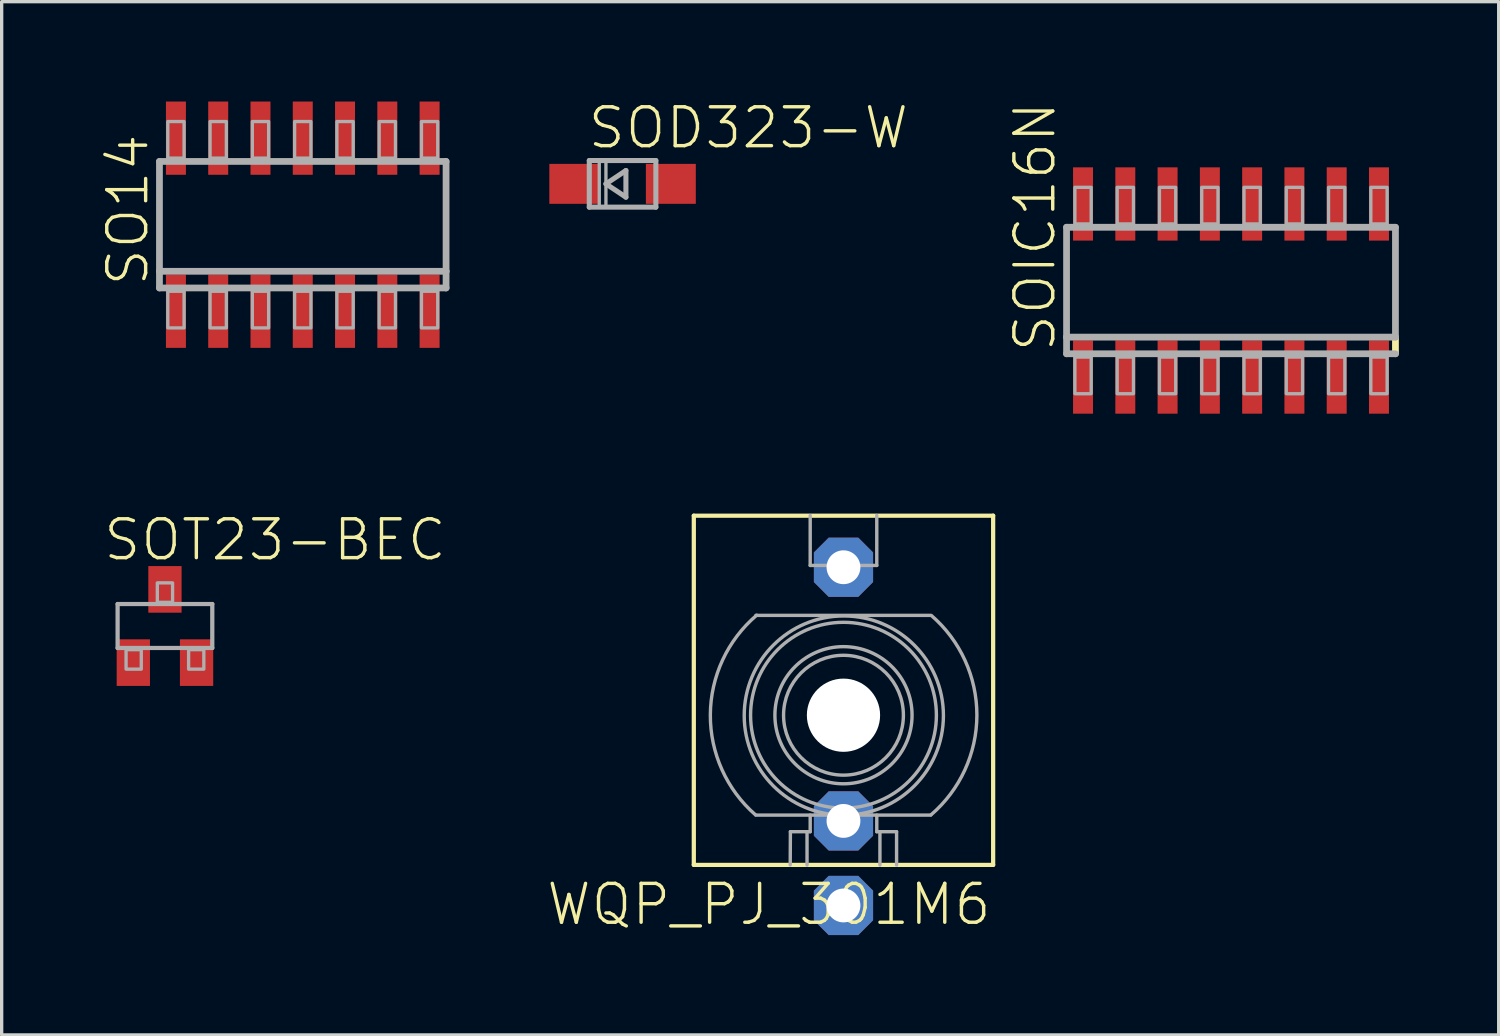
<source format=kicad_pcb>
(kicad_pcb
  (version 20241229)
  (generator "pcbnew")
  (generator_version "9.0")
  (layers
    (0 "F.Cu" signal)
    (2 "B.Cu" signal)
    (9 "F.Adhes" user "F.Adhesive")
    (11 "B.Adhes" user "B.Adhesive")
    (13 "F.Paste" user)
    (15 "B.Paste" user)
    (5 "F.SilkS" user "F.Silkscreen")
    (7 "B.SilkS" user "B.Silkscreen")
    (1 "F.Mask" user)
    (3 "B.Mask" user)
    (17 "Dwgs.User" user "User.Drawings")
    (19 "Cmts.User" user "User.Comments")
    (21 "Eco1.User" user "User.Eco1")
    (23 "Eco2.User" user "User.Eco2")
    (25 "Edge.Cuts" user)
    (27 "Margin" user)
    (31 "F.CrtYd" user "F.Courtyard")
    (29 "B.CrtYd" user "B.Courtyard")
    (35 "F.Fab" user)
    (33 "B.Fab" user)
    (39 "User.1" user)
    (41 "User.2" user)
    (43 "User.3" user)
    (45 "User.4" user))
  (footprint "SOD323-W"
    (layer "F.Cu")
    (at 15.652 2.473)
    (property "Reference" "SOD323-W" (at -1.1 -1 0) (layer "F.SilkS") (effects (font (size 1.168 1.168) (thickness 0.102)) (justify left bottom)))
    (fp_line (start -1 -0.7) (end 1 -0.7) (stroke (width 0.152) (type solid)) (layer "F.Fab"))
    (fp_line (start -1 0.7) (end -1 -0.7) (stroke (width 0.152) (type solid)) (layer "F.Fab"))
    (fp_line (start -0.5 0) (end 0.1 -0.4) (stroke (width 0.152) (type solid)) (layer "F.Fab"))
    (fp_line (start 0.1 -0.4) (end 0.1 0.4) (stroke (width 0.152) (type solid)) (layer "F.Fab"))
    (fp_line (start 0.1 0.4) (end -0.5 0) (stroke (width 0.152) (type solid)) (layer "F.Fab"))
    (fp_line (start 1 -0.7) (end 1 0.7) (stroke (width 0.152) (type solid)) (layer "F.Fab"))
    (fp_line (start 1 0.7) (end -1 0.7) (stroke (width 0.152) (type solid)) (layer "F.Fab"))
    (fp_poly (pts (xy -0.7 0.7) (xy -0.5 0.7) (xy -0.5 -0.7) (xy -0.7 -0.7)) (stroke (width 0.1) (type solid)) (fill no) (layer "F.Fab"))
    (pad "A" smd rect (at 1.45 0) (size 1.5 1.2) (layers "F.Cu" "F.Mask" "F.Paste"))
    (pad "C" smd rect (at -1.45 0) (size 1.5 1.2) (layers "F.Cu" "F.Mask" "F.Paste")))
  (footprint "SO14"
    (layer "F.Cu")
    (at 6.045 3.7)
    (property "Reference" "SO14" (at -4.572 1.905 90) (layer "F.SilkS") (effects (font (size 1.168 1.168) (thickness 0.102)) (justify left bottom)))
    (fp_line (start -4.305 -1.9) (end 4.305 -1.9) (stroke (width 0.203) (type solid)) (layer "F.Fab"))
    (fp_line (start -4.305 1.4) (end -4.305 -1.9) (stroke (width 0.203) (type solid)) (layer "F.Fab"))
    (fp_line (start -4.305 1.9) (end -4.305 1.4) (stroke (width 0.203) (type solid)) (layer "F.Fab"))
    (fp_line (start 4.305 -1.9) (end 4.305 1.4) (stroke (width 0.203) (type solid)) (layer "F.Fab"))
    (fp_line (start 4.305 1.4) (end -4.305 1.4) (stroke (width 0.203) (type solid)) (layer "F.Fab"))
    (fp_line (start 4.305 1.4) (end 4.305 1.9) (stroke (width 0.203) (type solid)) (layer "F.Fab"))
    (fp_line (start 4.305 1.9) (end -4.305 1.9) (stroke (width 0.203) (type solid)) (layer "F.Fab"))
    (fp_poly (pts (xy -4.055 -2) (xy -3.565 -2) (xy -3.565 -3.1) (xy -4.055 -3.1)) (stroke (width 0.1) (type solid)) (fill no) (layer "F.Fab"))
    (fp_poly (pts (xy -4.055 3.1) (xy -3.565 3.1) (xy -3.565 2) (xy -4.055 2)) (stroke (width 0.1) (type solid)) (fill no) (layer "F.Fab"))
    (fp_poly (pts (xy -2.785 -2) (xy -2.295 -2) (xy -2.295 -3.1) (xy -2.785 -3.1)) (stroke (width 0.1) (type solid)) (fill no) (layer "F.Fab"))
    (fp_poly (pts (xy -2.785 3.1) (xy -2.295 3.1) (xy -2.295 2) (xy -2.785 2)) (stroke (width 0.1) (type solid)) (fill no) (layer "F.Fab"))
    (fp_poly (pts (xy -1.515 -2) (xy -1.025 -2) (xy -1.025 -3.1) (xy -1.515 -3.1)) (stroke (width 0.1) (type solid)) (fill no) (layer "F.Fab"))
    (fp_poly (pts (xy -1.515 3.1) (xy -1.025 3.1) (xy -1.025 2) (xy -1.515 2)) (stroke (width 0.1) (type solid)) (fill no) (layer "F.Fab"))
    (fp_poly (pts (xy -0.245 -2) (xy 0.245 -2) (xy 0.245 -3.1) (xy -0.245 -3.1)) (stroke (width 0.1) (type solid)) (fill no) (layer "F.Fab"))
    (fp_poly (pts (xy -0.245 3.1) (xy 0.245 3.1) (xy 0.245 2) (xy -0.245 2)) (stroke (width 0.1) (type solid)) (fill no) (layer "F.Fab"))
    (fp_poly (pts (xy 1.025 -2) (xy 1.515 -2) (xy 1.515 -3.1) (xy 1.025 -3.1)) (stroke (width 0.1) (type solid)) (fill no) (layer "F.Fab"))
    (fp_poly (pts (xy 1.025 3.1) (xy 1.515 3.1) (xy 1.515 2) (xy 1.025 2)) (stroke (width 0.1) (type solid)) (fill no) (layer "F.Fab"))
    (fp_poly (pts (xy 2.295 -2) (xy 2.785 -2) (xy 2.785 -3.1) (xy 2.295 -3.1)) (stroke (width 0.1) (type solid)) (fill no) (layer "F.Fab"))
    (fp_poly (pts (xy 2.295 3.1) (xy 2.785 3.1) (xy 2.785 2) (xy 2.295 2)) (stroke (width 0.1) (type solid)) (fill no) (layer "F.Fab"))
    (fp_poly (pts (xy 3.565 -2) (xy 4.055 -2) (xy 4.055 -3.1) (xy 3.565 -3.1)) (stroke (width 0.1) (type solid)) (fill no) (layer "F.Fab"))
    (fp_poly (pts (xy 3.565 3.1) (xy 4.055 3.1) (xy 4.055 2) (xy 3.565 2)) (stroke (width 0.1) (type solid)) (fill no) (layer "F.Fab"))
    (pad "1" smd rect (at -3.81 2.6) (size 0.6 2.2) (layers "F.Cu" "F.Mask" "F.Paste"))
    (pad "2" smd rect (at -2.54 2.6) (size 0.6 2.2) (layers "F.Cu" "F.Mask" "F.Paste"))
    (pad "3" smd rect (at -1.27 2.6) (size 0.6 2.2) (layers "F.Cu" "F.Mask" "F.Paste"))
    (pad "4" smd rect (at 0 2.6) (size 0.6 2.2) (layers "F.Cu" "F.Mask" "F.Paste"))
    (pad "5" smd rect (at 1.27 2.6) (size 0.6 2.2) (layers "F.Cu" "F.Mask" "F.Paste"))
    (pad "6" smd rect (at 2.54 2.6) (size 0.6 2.2) (layers "F.Cu" "F.Mask" "F.Paste"))
    (pad "7" smd rect (at 3.81 2.6) (size 0.6 2.2) (layers "F.Cu" "F.Mask" "F.Paste"))
    (pad "8" smd rect (at 3.81 -2.6) (size 0.6 2.2) (layers "F.Cu" "F.Mask" "F.Paste"))
    (pad "9" smd rect (at 2.54 -2.6) (size 0.6 2.2) (layers "F.Cu" "F.Mask" "F.Paste"))
    (pad "10" smd rect (at 1.27 -2.6) (size 0.6 2.2) (layers "F.Cu" "F.Mask" "F.Paste"))
    (pad "11" smd rect (at 0 -2.6) (size 0.6 2.2) (layers "F.Cu" "F.Mask" "F.Paste"))
    (pad "12" smd rect (at -1.27 -2.6) (size 0.6 2.2) (layers "F.Cu" "F.Mask" "F.Paste"))
    (pad "13" smd rect (at -2.54 -2.6) (size 0.6 2.2) (layers "F.Cu" "F.Mask" "F.Paste"))
    (pad "14" smd rect (at -3.81 -2.6) (size 0.6 2.2) (layers "F.Cu" "F.Mask" "F.Paste")))
  (footprint "SOIC16N"
    (layer "F.Cu")
    (at 33.929 5.677)
    (property "Reference" "SOIC16N" (at -5.207 1.905 90) (layer "F.SilkS") (effects (font (size 1.168 1.168) (thickness 0.102)) (justify left bottom)))
    (fp_line (start 4.94 1.4) (end 4.94 1.9) (stroke (width 0.203) (type solid)) (layer "F.SilkS"))
    (fp_line (start -4.94 -1.9) (end 4.94 -1.9) (stroke (width 0.203) (type solid)) (layer "F.Fab"))
    (fp_line (start -4.94 1.4) (end -4.94 -1.9) (stroke (width 0.203) (type solid)) (layer "F.Fab"))
    (fp_line (start -4.94 1.9) (end -4.94 1.4) (stroke (width 0.203) (type solid)) (layer "F.Fab"))
    (fp_line (start 4.94 -1.9) (end 4.94 1.4) (stroke (width 0.203) (type solid)) (layer "F.Fab"))
    (fp_line (start 4.94 1.4) (end -4.94 1.4) (stroke (width 0.203) (type solid)) (layer "F.Fab"))
    (fp_line (start 4.94 1.9) (end -4.94 1.9) (stroke (width 0.203) (type solid)) (layer "F.Fab"))
    (fp_poly (pts (xy -4.69 -2) (xy -4.2 -2) (xy -4.2 -3.1) (xy -4.69 -3.1)) (stroke (width 0.1) (type solid)) (fill no) (layer "F.Fab"))
    (fp_poly (pts (xy -4.69 3.1) (xy -4.2 3.1) (xy -4.2 2) (xy -4.69 2)) (stroke (width 0.1) (type solid)) (fill no) (layer "F.Fab"))
    (fp_poly (pts (xy -3.42 -2) (xy -2.93 -2) (xy -2.93 -3.1) (xy -3.42 -3.1)) (stroke (width 0.1) (type solid)) (fill no) (layer "F.Fab"))
    (fp_poly (pts (xy -3.42 3.1) (xy -2.93 3.1) (xy -2.93 2) (xy -3.42 2)) (stroke (width 0.1) (type solid)) (fill no) (layer "F.Fab"))
    (fp_poly (pts (xy -2.15 -2) (xy -1.66 -2) (xy -1.66 -3.1) (xy -2.15 -3.1)) (stroke (width 0.1) (type solid)) (fill no) (layer "F.Fab"))
    (fp_poly (pts (xy -2.15 3.1) (xy -1.66 3.1) (xy -1.66 2) (xy -2.15 2)) (stroke (width 0.1) (type solid)) (fill no) (layer "F.Fab"))
    (fp_poly (pts (xy -0.88 -2) (xy -0.39 -2) (xy -0.39 -3.1) (xy -0.88 -3.1)) (stroke (width 0.1) (type solid)) (fill no) (layer "F.Fab"))
    (fp_poly (pts (xy -0.88 3.1) (xy -0.39 3.1) (xy -0.39 2) (xy -0.88 2)) (stroke (width 0.1) (type solid)) (fill no) (layer "F.Fab"))
    (fp_poly (pts (xy 0.39 -2) (xy 0.88 -2) (xy 0.88 -3.1) (xy 0.39 -3.1)) (stroke (width 0.1) (type solid)) (fill no) (layer "F.Fab"))
    (fp_poly (pts (xy 0.39 3.1) (xy 0.88 3.1) (xy 0.88 2) (xy 0.39 2)) (stroke (width 0.1) (type solid)) (fill no) (layer "F.Fab"))
    (fp_poly (pts (xy 1.66 -2) (xy 2.15 -2) (xy 2.15 -3.1) (xy 1.66 -3.1)) (stroke (width 0.1) (type solid)) (fill no) (layer "F.Fab"))
    (fp_poly (pts (xy 1.66 3.1) (xy 2.15 3.1) (xy 2.15 2) (xy 1.66 2)) (stroke (width 0.1) (type solid)) (fill no) (layer "F.Fab"))
    (fp_poly (pts (xy 2.93 -2) (xy 3.42 -2) (xy 3.42 -3.1) (xy 2.93 -3.1)) (stroke (width 0.1) (type solid)) (fill no) (layer "F.Fab"))
    (fp_poly (pts (xy 2.93 3.1) (xy 3.42 3.1) (xy 3.42 2) (xy 2.93 2)) (stroke (width 0.1) (type solid)) (fill no) (layer "F.Fab"))
    (fp_poly (pts (xy 4.2 -2) (xy 4.69 -2) (xy 4.69 -3.1) (xy 4.2 -3.1)) (stroke (width 0.1) (type solid)) (fill no) (layer "F.Fab"))
    (fp_poly (pts (xy 4.2 3.1) (xy 4.69 3.1) (xy 4.69 2) (xy 4.2 2)) (stroke (width 0.1) (type solid)) (fill no) (layer "F.Fab"))
    (pad "1" smd rect (at -4.445 2.6) (size 0.6 2.2) (layers "F.Cu" "F.Mask" "F.Paste"))
    (pad "2" smd rect (at -3.175 2.6) (size 0.6 2.2) (layers "F.Cu" "F.Mask" "F.Paste"))
    (pad "3" smd rect (at -1.905 2.6) (size 0.6 2.2) (layers "F.Cu" "F.Mask" "F.Paste"))
    (pad "4" smd rect (at -0.635 2.6) (size 0.6 2.2) (layers "F.Cu" "F.Mask" "F.Paste"))
    (pad "5" smd rect (at 0.635 2.6) (size 0.6 2.2) (layers "F.Cu" "F.Mask" "F.Paste"))
    (pad "6" smd rect (at 1.905 2.6) (size 0.6 2.2) (layers "F.Cu" "F.Mask" "F.Paste"))
    (pad "7" smd rect (at 3.175 2.6) (size 0.6 2.2) (layers "F.Cu" "F.Mask" "F.Paste"))
    (pad "8" smd rect (at 4.445 2.6) (size 0.6 2.2) (layers "F.Cu" "F.Mask" "F.Paste"))
    (pad "9" smd rect (at 4.445 -2.6) (size 0.6 2.2) (layers "F.Cu" "F.Mask" "F.Paste"))
    (pad "10" smd rect (at 3.175 -2.6) (size 0.6 2.2) (layers "F.Cu" "F.Mask" "F.Paste"))
    (pad "11" smd rect (at 1.905 -2.6) (size 0.6 2.2) (layers "F.Cu" "F.Mask" "F.Paste"))
    (pad "12" smd rect (at 0.635 -2.6) (size 0.6 2.2) (layers "F.Cu" "F.Mask" "F.Paste"))
    (pad "13" smd rect (at -0.635 -2.6) (size 0.6 2.2) (layers "F.Cu" "F.Mask" "F.Paste"))
    (pad "14" smd rect (at -1.905 -2.6) (size 0.6 2.2) (layers "F.Cu" "F.Mask" "F.Paste"))
    (pad "15" smd rect (at -3.175 -2.6) (size 0.6 2.2) (layers "F.Cu" "F.Mask" "F.Paste"))
    (pad "16" smd rect (at -4.445 -2.6) (size 0.6 2.2) (layers "F.Cu" "F.Mask" "F.Paste")))
  (footprint "WQP_PJ_301M6"
    (layer "F.Cu")
    (at 22.288 18.435)
    (property "Reference" "WQP_PJ_301M6" (at 4.5 5 0) (layer "F.SilkS") (effects (font (size 1.168 1.168) (thickness 0.102)) (justify right top)))
    (fp_line (start -4.496 -5.994) (end 4.496 -5.994) (stroke (width 0.127) (type solid)) (layer "F.SilkS"))
    (fp_line (start -4.496 4.496) (end -4.496 -5.994) (stroke (width 0.127) (type solid)) (layer "F.SilkS"))
    (fp_line (start 4.496 -5.994) (end 4.496 4.496) (stroke (width 0.127) (type solid)) (layer "F.SilkS"))
    (fp_line (start 4.496 4.496) (end -4.496 4.496) (stroke (width 0.127) (type solid)) (layer "F.SilkS"))
    (fp_line (start -2.631 -3) (end 2.62 -3) (stroke (width 0.102) (type solid)) (layer "F.Fab"))
    (fp_line (start -2.631 3) (end 2.62 3) (stroke (width 0.102) (type solid)) (layer "F.Fab"))
    (fp_line (start -1.6 4.496) (end -1.595 3.5) (stroke (width 0.102) (type solid)) (layer "F.Fab"))
    (fp_line (start -1.595 3.5) (end -1.095 3.5) (stroke (width 0.102) (type solid)) (layer "F.Fab"))
    (fp_line (start -1.095 3.5) (end -1.095 4.5) (stroke (width 0.102) (type solid)) (layer "F.Fab"))
    (fp_line (start -1.095 3.5) (end -1 3.5) (stroke (width 0.102) (type solid)) (layer "F.Fab"))
    (fp_line (start -1 -4.5) (end -1 -6) (stroke (width 0.102) (type solid)) (layer "F.Fab"))
    (fp_line (start -1 0) (end 1 0) (stroke (width 0.102) (type solid)) (layer "F.Fab"))
    (fp_line (start -1 3.5) (end -1 3) (stroke (width 0.102) (type solid)) (layer "F.Fab"))
    (fp_line (start 0 -1) (end 0 1) (stroke (width 0.102) (type solid)) (layer "F.Fab"))
    (fp_line (start 1 -6) (end 1 -4.5) (stroke (width 0.102) (type solid)) (layer "F.Fab"))
    (fp_line (start 1 -4.5) (end -1 -4.5) (stroke (width 0.102) (type solid)) (layer "F.Fab"))
    (fp_line (start 1 3) (end 1 3.5) (stroke (width 0.102) (type solid)) (layer "F.Fab"))
    (fp_line (start 1 3.5) (end 1.095 3.5) (stroke (width 0.102) (type solid)) (layer "F.Fab"))
    (fp_line (start 1.095 3.5) (end 1.095 4.5) (stroke (width 0.102) (type solid)) (layer "F.Fab"))
    (fp_line (start 1.095 3.5) (end 1.595 3.5) (stroke (width 0.102) (type solid)) (layer "F.Fab"))
    (fp_line (start 1.595 3.5) (end 1.595 4.5) (stroke (width 0.102) (type solid)) (layer "F.Fab"))
    (fp_arc (start -2.641998 2.994) (mid -3.999529 -0.012791) (end -2.608 -3.004) (stroke (width 0.1016) (type solid)) (layer "F.Fab"))
    (fp_arc (start 2.642 -2.994) (mid 4.007235 0.003208) (end 2.628 2.994) (stroke (width 0.1016) (type solid)) (layer "F.Fab"))
    (fp_circle (center 0 0) (end 1.8 0) (stroke (width 0.102) (type solid)) (fill no) (layer "F.Fab"))
    (fp_circle (center 0 0) (end 2.06 0) (stroke (width 0.102) (type solid)) (fill no) (layer "F.Fab"))
    (fp_circle (center 0 0) (end 2.791 0) (stroke (width 0.102) (type solid)) (fill no) (layer "F.Fab"))
    (fp_circle (center 0.01 0.01) (end 3.002 0.01) (stroke (width 0.102) (type solid)) (fill no) (layer "F.Fab"))
    (pad "" np_thru_hole circle (at 0 0) (size 2.2 2.2) (drill 2.2) (layers "*.Cu" "*.Mask"))
    (pad "P1" thru_hole roundrect (at 0 5.715) (size 1.778 1.778) (drill 1.016) (layers "*.Cu" "*.Mask") (roundrect_rratio 0.25) (chamfer_ratio 0.25) (chamfer top_left top_right bottom_left bottom_right))
    (pad "P2" thru_hole roundrect (at 0 3.175) (size 1.778 1.778) (drill 1.016) (layers "*.Cu" "*.Mask") (roundrect_rratio 0.25) (chamfer_ratio 0.25) (chamfer top_left top_right bottom_left bottom_right))
    (pad "P3" thru_hole roundrect (at 0 -4.445) (size 1.778 1.778) (drill 1.016) (layers "*.Cu" "*.Mask") (roundrect_rratio 0.25) (chamfer_ratio 0.25) (chamfer top_left top_right bottom_left bottom_right)))
  (footprint "SOT23-BEC"
    (layer "F.Cu")
    (at 1.905 15.755)
    (property "Reference" "SOT23-BEC" (at -1.905 -1.905 0) (layer "F.SilkS") (effects (font (size 1.168 1.168) (thickness 0.102)) (justify left bottom)))
    (fp_line (start -1.422 -0.66) (end 1.422 -0.66) (stroke (width 0.127) (type solid)) (layer "F.Fab"))
    (fp_line (start -1.422 0.66) (end -1.422 -0.66) (stroke (width 0.127) (type solid)) (layer "F.Fab"))
    (fp_line (start 1.422 -0.66) (end 1.422 0.66) (stroke (width 0.127) (type solid)) (layer "F.Fab"))
    (fp_line (start 1.422 0.66) (end -1.422 0.66) (stroke (width 0.127) (type solid)) (layer "F.Fab"))
    (fp_poly (pts (xy -1.168 1.295) (xy -0.711 1.295) (xy -0.711 0.711) (xy -1.168 0.711)) (stroke (width 0.1) (type solid)) (fill no) (layer "F.Fab"))
    (fp_poly (pts (xy -0.229 -0.711) (xy 0.229 -0.711) (xy 0.229 -1.295) (xy -0.229 -1.295)) (stroke (width 0.1) (type solid)) (fill no) (layer "F.Fab"))
    (fp_poly (pts (xy 0.711 1.295) (xy 1.168 1.295) (xy 1.168 0.711) (xy 0.711 0.711)) (stroke (width 0.1) (type solid)) (fill no) (layer "F.Fab"))
    (pad "B" smd rect (at -0.95 1.1) (size 1 1.4) (layers "F.Cu" "F.Mask" "F.Paste"))
    (pad "C" smd rect (at 0 -1.1) (size 1 1.4) (layers "F.Cu" "F.Mask" "F.Paste"))
    (pad "E" smd rect (at 0.95 1.1) (size 1 1.4) (layers "F.Cu" "F.Mask" "F.Paste")))
  (gr_rect
    (start -3 -3)
    (end 41.97 28.039)
    (stroke (width 0.1) (type default))
    (fill no)
    (layer "Edge.Cuts")))
</source>
